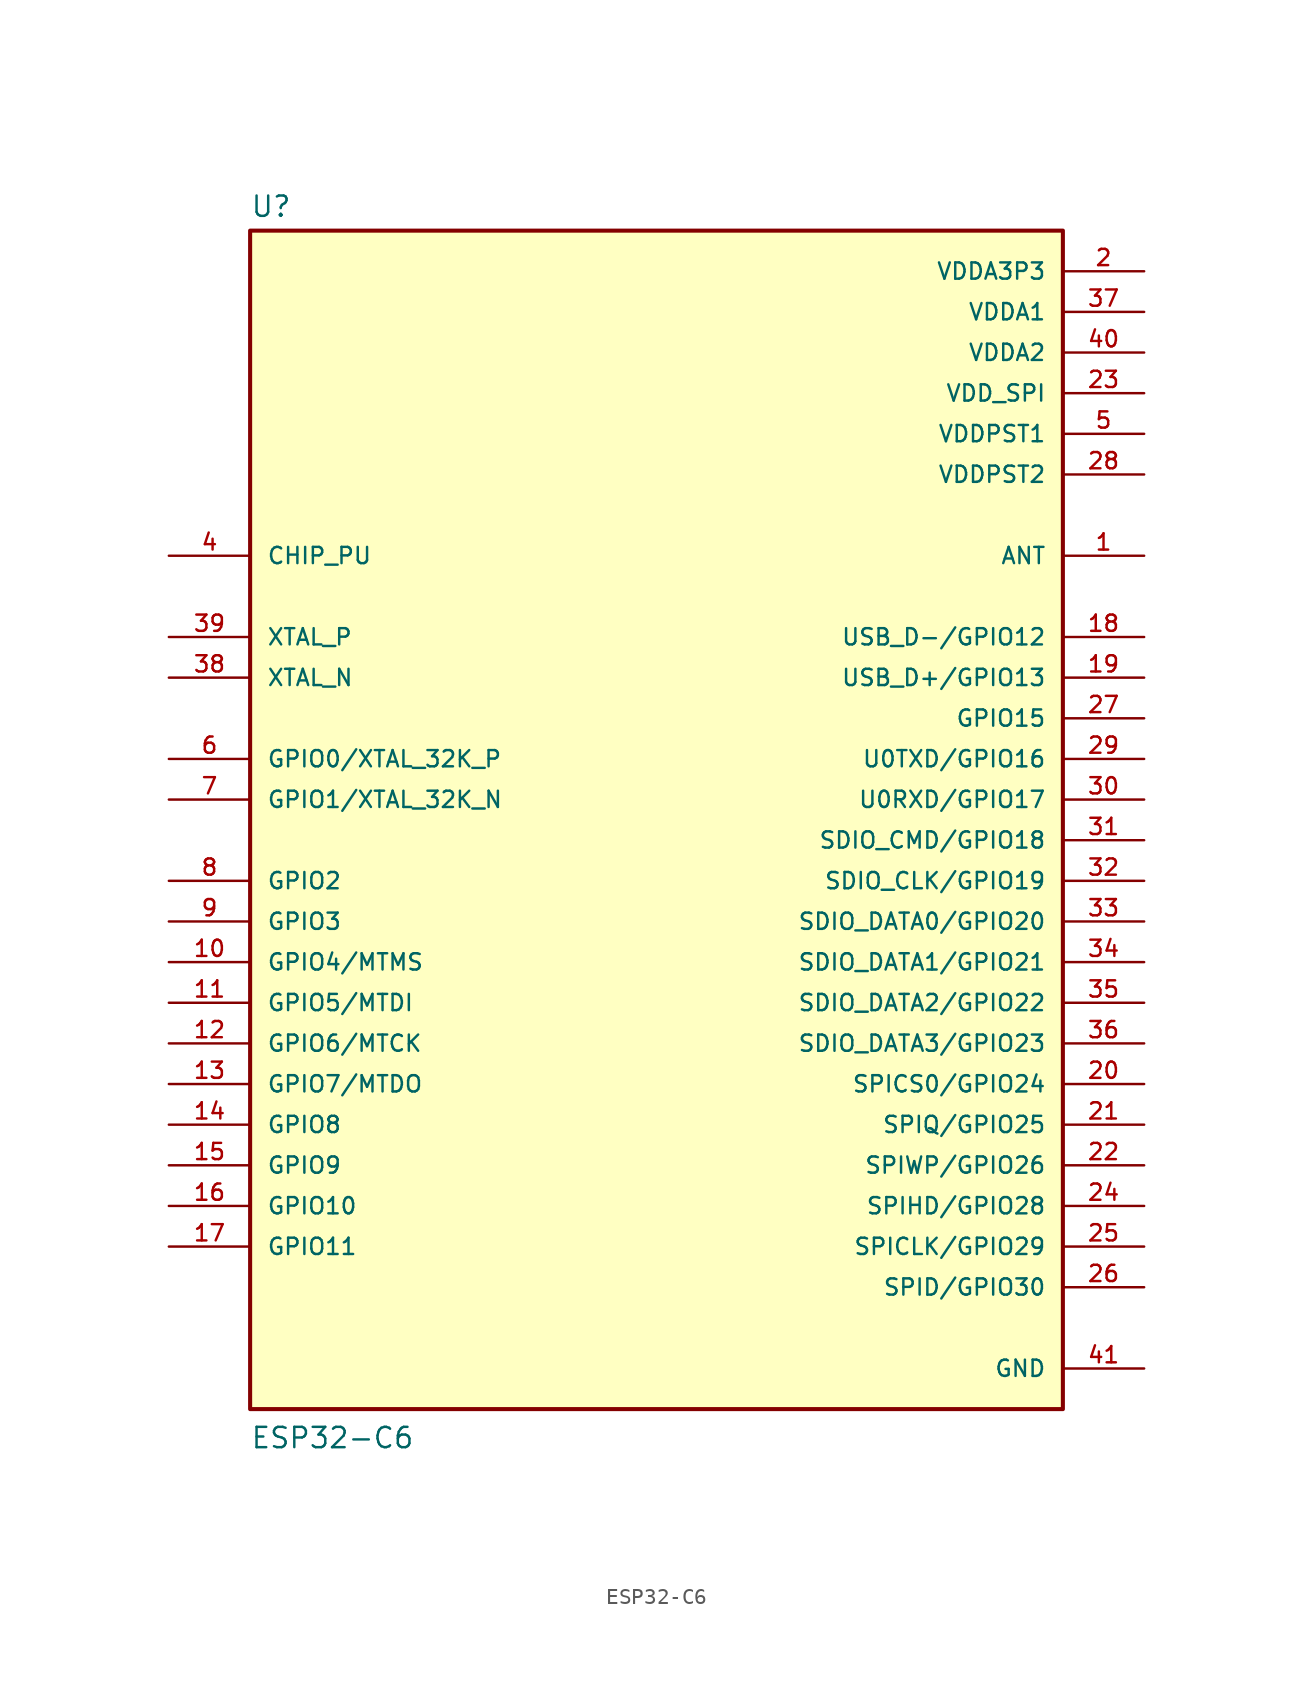
<source format=kicad_sym>
(kicad_symbol_lib
  (version 20211014)
  (generator kicad_symbol_editor)
  (symbol "ESP32-C6"
    (pin_names
      (offset 1.016))
    (property "Reference" "U"
      (at -25.4 36.322 0)
      (effects (font (size 1.27 1.27)) (justify bottom left)))
    (property "Value" "ESP32-C6"
      (at -25.4 -40.64 0)
      (effects (font (size 1.27 1.27)) (justify bottom left)))
    (symbol "ESP32-C6_0_0"
      (rectangle (start -25.4 -38.1) (end 25.4 35.56) (stroke (width 0.254)) (fill (type background)))
      (pin bidirectional line (at 30.48 15.24 180.0) (length 5.08) (name "ANT" (effects (font (size 1.016 1.016)))) (number "1" (effects (font (size 1.016 1.016)))))
      (pin power_in line (at 30.48 33.02 180.0) (length 5.08) (name "VDDA3P3" (effects (font (size 1.016 1.016)))) (number "2" (effects (font (size 1.016 1.016)))))
      (pin power_in line (at 30.48 33.02 180.0) (length 5.08) hide (name "VDDA3P3" (effects (font (size 1.016 1.016)))) (number "3" (effects (font (size 1.016 1.016)))))
      (pin input line (at -30.48 15.24 0) (length 5.08) (name "CHIP_PU" (effects (font (size 1.016 1.016)))) (number "4" (effects (font (size 1.016 1.016)))))
      (pin power_in line (at 30.48 22.86 180.0) (length 5.08) (name "VDDPST1" (effects (font (size 1.016 1.016)))) (number "5" (effects (font (size 1.016 1.016)))))
      (pin bidirectional line (at -30.48 2.54 0) (length 5.08) (name "GPIO0/XTAL_32K_P" (effects (font (size 1.016 1.016)))) (number "6" (effects (font (size 1.016 1.016)))))
      (pin bidirectional line (at -30.48 0.0 0) (length 5.08) (name "GPIO1/XTAL_32K_N" (effects (font (size 1.016 1.016)))) (number "7" (effects (font (size 1.016 1.016)))))
      (pin bidirectional line (at -30.48 -7.62 0) (length 5.08) (name "GPIO3" (effects (font (size 1.016 1.016)))) (number "9" (effects (font (size 1.016 1.016)))))
      (pin bidirectional line (at -30.48 -5.08 0) (length 5.08) (name "GPIO2" (effects (font (size 1.016 1.016)))) (number "8" (effects (font (size 1.016 1.016)))))
      (pin bidirectional line (at -30.48 -10.16 0) (length 5.08) (name "GPIO4/MTMS" (effects (font (size 1.016 1.016)))) (number "10" (effects (font (size 1.016 1.016)))))
      (pin bidirectional line (at -30.48 -12.7 0) (length 5.08) (name "GPIO5/MTDI" (effects (font (size 1.016 1.016)))) (number "11" (effects (font (size 1.016 1.016)))))
      (pin bidirectional line (at -30.48 -15.24 0) (length 5.08) (name "GPIO6/MTCK" (effects (font (size 1.016 1.016)))) (number "12" (effects (font (size 1.016 1.016)))))
      (pin bidirectional line (at -30.48 -17.78 0) (length 5.08) (name "GPIO7/MTDO" (effects (font (size 1.016 1.016)))) (number "13" (effects (font (size 1.016 1.016)))))
      (pin bidirectional line (at -30.48 -20.32 0) (length 5.08) (name "GPIO8" (effects (font (size 1.016 1.016)))) (number "14" (effects (font (size 1.016 1.016)))))
      (pin bidirectional line (at -30.48 -22.86 0) (length 5.08) (name "GPIO9" (effects (font (size 1.016 1.016)))) (number "15" (effects (font (size 1.016 1.016)))))
      (pin bidirectional line (at 30.48 10.16 180.0) (length 5.08) (name "USB_D-/GPIO12" (effects (font (size 1.016 1.016)))) (number "18" (effects (font (size 1.016 1.016)))))
      (pin bidirectional line (at 30.48 7.62 180.0) (length 5.08) (name "USB_D+/GPIO13" (effects (font (size 1.016 1.016)))) (number "19" (effects (font (size 1.016 1.016)))))
      (pin bidirectional line (at 30.48 5.08 180.0) (length 5.08) (name "GPIO15" (effects (font (size 1.016 1.016)))) (number "27" (effects (font (size 1.016 1.016)))))
      (pin power_in line (at 30.48 20.32 180.0) (length 5.08) (name "VDDPST2" (effects (font (size 1.016 1.016)))) (number "28" (effects (font (size 1.016 1.016)))))
      (pin bidirectional line (at 30.48 2.54 180.0) (length 5.08) (name "U0TXD/GPIO16" (effects (font (size 1.016 1.016)))) (number "29" (effects (font (size 1.016 1.016)))))
      (pin bidirectional line (at 30.48 0.0 180.0) (length 5.08) (name "U0RXD/GPIO17" (effects (font (size 1.016 1.016)))) (number "30" (effects (font (size 1.016 1.016)))))
      (pin bidirectional line (at 30.48 -2.54 180.0) (length 5.08) (name "SDIO_CMD/GPIO18" (effects (font (size 1.016 1.016)))) (number "31" (effects (font (size 1.016 1.016)))))
      (pin bidirectional line (at 30.48 -5.08 180.0) (length 5.08) (name "SDIO_CLK/GPIO19" (effects (font (size 1.016 1.016)))) (number "32" (effects (font (size 1.016 1.016)))))
      (pin bidirectional line (at 30.48 -7.62 180.0) (length 5.08) (name "SDIO_DATA0/GPIO20" (effects (font (size 1.016 1.016)))) (number "33" (effects (font (size 1.016 1.016)))))
      (pin bidirectional line (at 30.48 -10.16 180.0) (length 5.08) (name "SDIO_DATA1/GPIO21" (effects (font (size 1.016 1.016)))) (number "34" (effects (font (size 1.016 1.016)))))
      (pin bidirectional line (at 30.48 -12.7 180.0) (length 5.08) (name "SDIO_DATA2/GPIO22" (effects (font (size 1.016 1.016)))) (number "35" (effects (font (size 1.016 1.016)))))
      (pin bidirectional line (at 30.48 -15.24 180.0) (length 5.08) (name "SDIO_DATA3/GPIO23" (effects (font (size 1.016 1.016)))) (number "36" (effects (font (size 1.016 1.016)))))
      (pin power_in line (at 30.48 30.48 180.0) (length 5.08) (name "VDDA1" (effects (font (size 1.016 1.016)))) (number "37" (effects (font (size 1.016 1.016)))))
      (pin bidirectional line (at -30.48 7.62 0) (length 5.08) (name "XTAL_N" (effects (font (size 1.016 1.016)))) (number "38" (effects (font (size 1.016 1.016)))))
      (pin bidirectional line (at -30.48 10.16 0) (length 5.08) (name "XTAL_P" (effects (font (size 1.016 1.016)))) (number "39" (effects (font (size 1.016 1.016)))))
      (pin power_in line (at 30.48 27.94 180.0) (length 5.08) (name "VDDA2" (effects (font (size 1.016 1.016)))) (number "40" (effects (font (size 1.016 1.016)))))
      (pin power_in line (at 30.48 -35.56 180.0) (length 5.08) (name "GND" (effects (font (size 1.016 1.016)))) (number "41" (effects (font (size 1.016 1.016)))))
      (pin bidirectional line (at -30.48 -25.4 0) (length 5.08) (name "GPIO10" (effects (font (size 1.016 1.016)))) (number "16" (effects (font (size 1.016 1.016)))))
      (pin bidirectional line (at -30.48 -27.94 0) (length 5.08) (name "GPIO11" (effects (font (size 1.016 1.016)))) (number "17" (effects (font (size 1.016 1.016)))))
      (pin bidirectional line (at 30.48 -17.78 180.0) (length 5.08) (name "SPICS0/GPIO24" (effects (font (size 1.016 1.016)))) (number "20" (effects (font (size 1.016 1.016)))))
      (pin bidirectional line (at 30.48 -20.32 180.0) (length 5.08) (name "SPIQ/GPIO25" (effects (font (size 1.016 1.016)))) (number "21" (effects (font (size 1.016 1.016)))))
      (pin bidirectional line (at 30.48 -22.86 180.0) (length 5.08) (name "SPIWP/GPIO26" (effects (font (size 1.016 1.016)))) (number "22" (effects (font (size 1.016 1.016)))))
      (pin power_in line (at 30.48 25.4 180.0) (length 5.08) (name "VDD_SPI" (effects (font (size 1.016 1.016)))) (number "23" (effects (font (size 1.016 1.016)))))
      (pin bidirectional line (at 30.48 -25.4 180.0) (length 5.08) (name "SPIHD/GPIO28" (effects (font (size 1.016 1.016)))) (number "24" (effects (font (size 1.016 1.016)))))
      (pin bidirectional line (at 30.48 -27.94 180.0) (length 5.08) (name "SPICLK/GPIO29" (effects (font (size 1.016 1.016)))) (number "25" (effects (font (size 1.016 1.016)))))
      (pin bidirectional line (at 30.48 -30.48 180.0) (length 5.08) (name "SPID/GPIO30" (effects (font (size 1.016 1.016)))) (number "26" (effects (font (size 1.016 1.016))))))))
</source>
